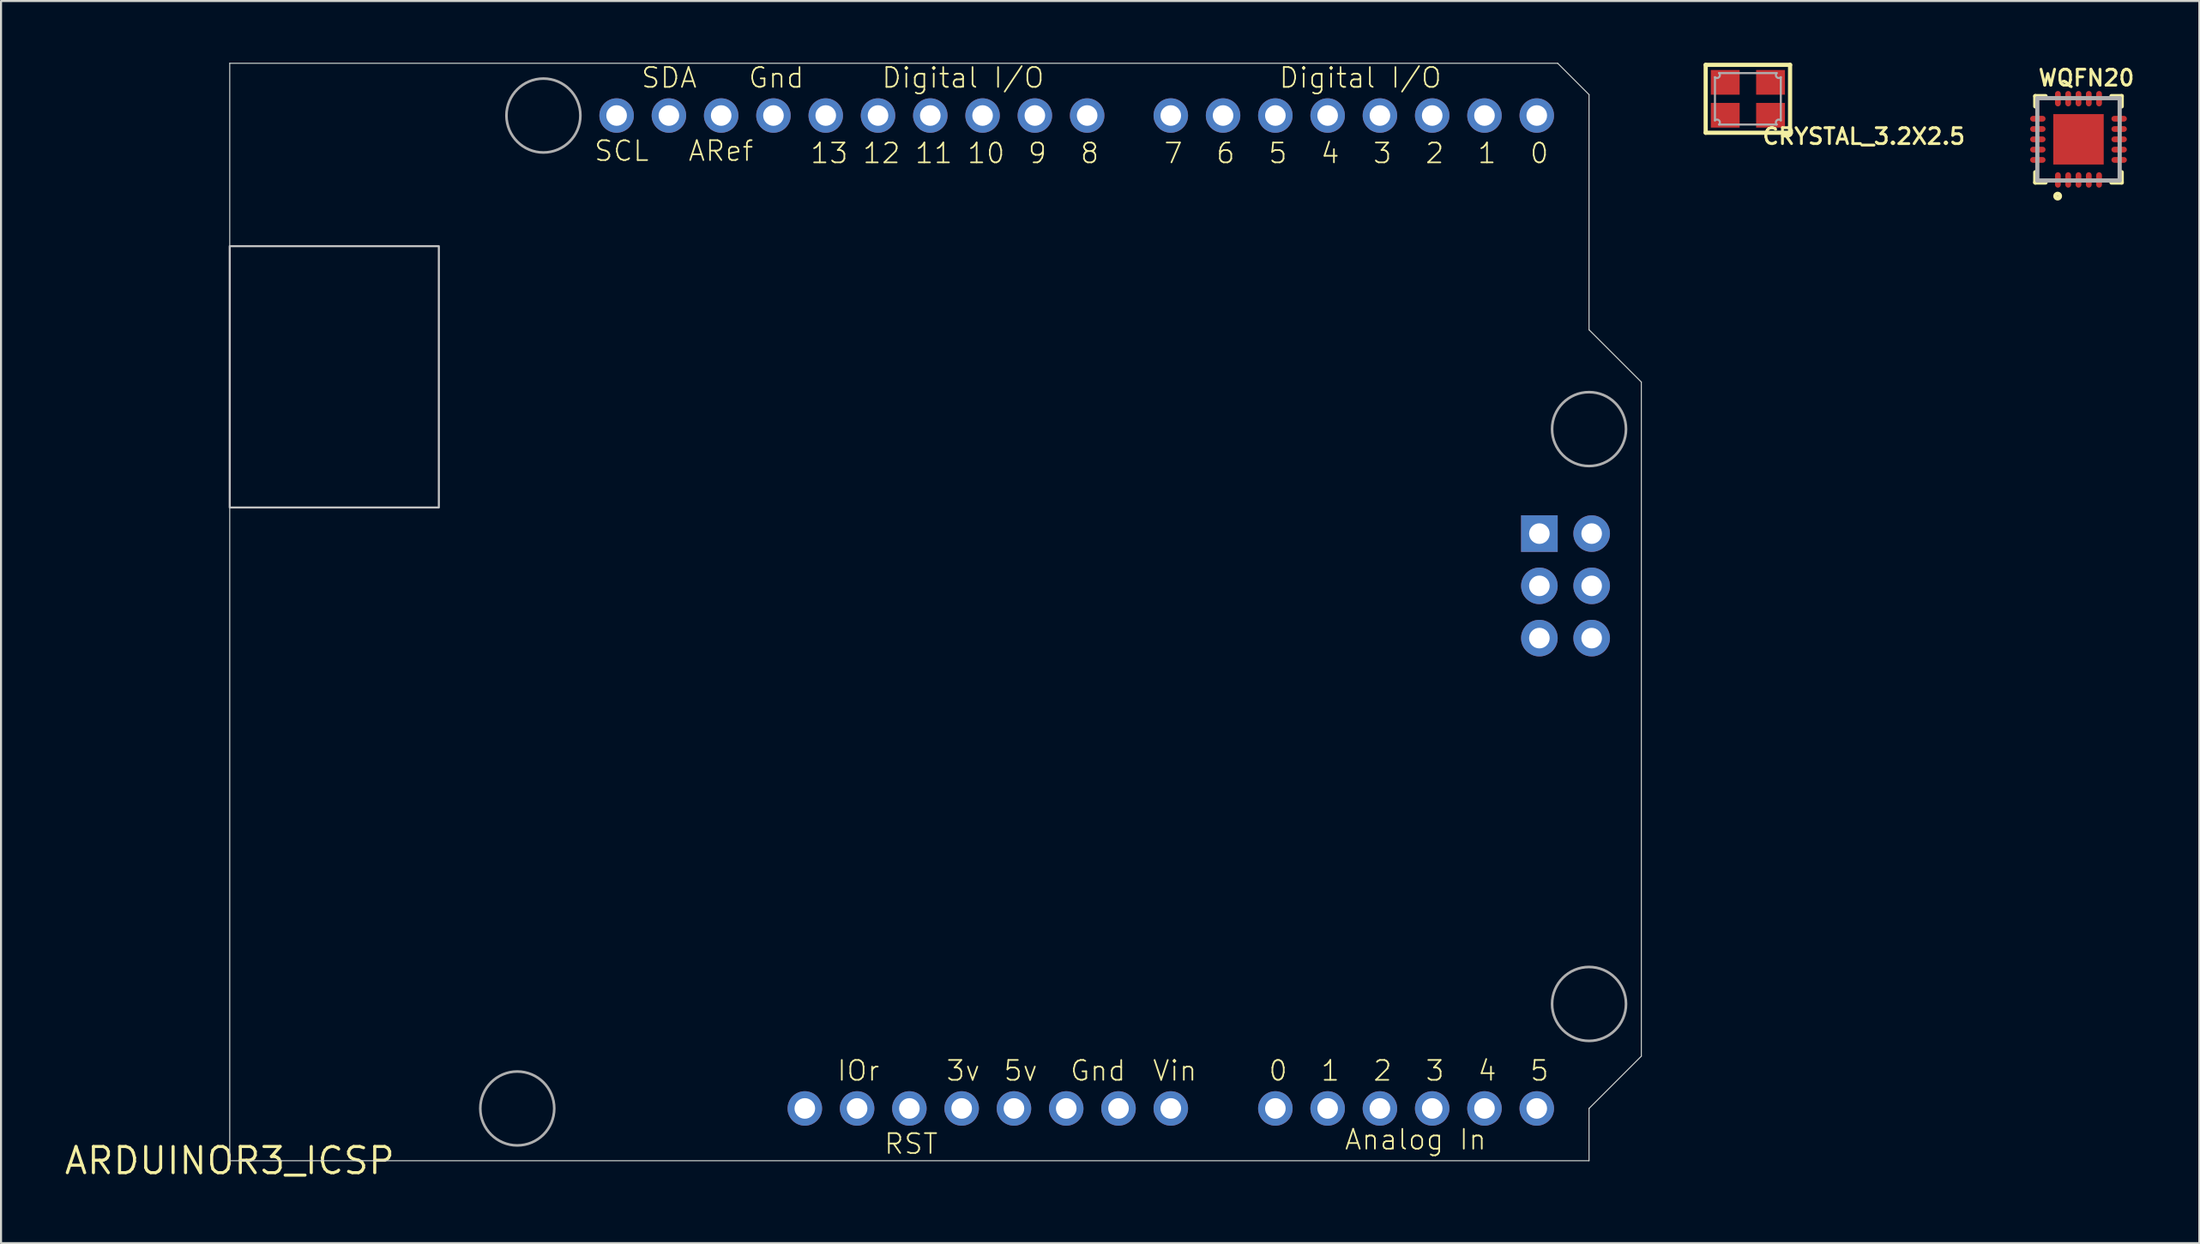
<source format=kicad_pcb>
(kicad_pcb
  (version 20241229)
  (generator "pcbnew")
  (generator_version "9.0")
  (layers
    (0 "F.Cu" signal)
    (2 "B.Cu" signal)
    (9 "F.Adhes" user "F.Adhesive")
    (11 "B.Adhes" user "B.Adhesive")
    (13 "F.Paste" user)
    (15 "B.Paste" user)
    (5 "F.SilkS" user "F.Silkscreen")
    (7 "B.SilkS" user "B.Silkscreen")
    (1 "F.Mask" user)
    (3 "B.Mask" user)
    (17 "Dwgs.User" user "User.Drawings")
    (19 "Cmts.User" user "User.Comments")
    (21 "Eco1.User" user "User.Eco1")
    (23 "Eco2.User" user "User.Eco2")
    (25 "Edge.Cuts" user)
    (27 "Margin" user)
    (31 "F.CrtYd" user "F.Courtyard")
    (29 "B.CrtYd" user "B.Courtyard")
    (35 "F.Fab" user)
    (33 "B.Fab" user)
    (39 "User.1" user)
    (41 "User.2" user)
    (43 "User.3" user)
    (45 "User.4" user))
  (footprint "ARDUINOR3_ICSP"
    (layer "F.Cu")
    (at 8.111 53.365)
    (property "Reference" "ARDUINOR3_ICSP" (at 0 0 0) (layer "F.SilkS") (effects (font (size 1.27 1.27) (thickness 0.15))))
    (attr through_hole)
    (fp_poly (pts (xy 0 -44.45) (xy 10.16 -44.45) (xy 10.16 -31.75) (xy 0 -31.75)) (stroke (width 0.1) (type solid)) (fill no) (layer "Dwgs.User"))
    (fp_line (start 0 -53.34) (end 0 0) (stroke (width 0.05) (type solid)) (layer "Edge.Cuts"))
    (fp_line (start 0 0) (end 66.04 0) (stroke (width 0.05) (type solid)) (layer "Edge.Cuts"))
    (fp_line (start 64.516 -53.34) (end 0 -53.34) (stroke (width 0.05) (type solid)) (layer "Edge.Cuts"))
    (fp_line (start 66.04 -51.816) (end 64.516 -53.34) (stroke (width 0.05) (type solid)) (layer "Edge.Cuts"))
    (fp_line (start 66.04 -40.386) (end 66.04 -51.816) (stroke (width 0.05) (type solid)) (layer "Edge.Cuts"))
    (fp_line (start 66.04 -2.54) (end 68.58 -5.08) (stroke (width 0.05) (type solid)) (layer "Edge.Cuts"))
    (fp_line (start 66.04 0) (end 66.04 -2.54) (stroke (width 0.05) (type solid)) (layer "Edge.Cuts"))
    (fp_line (start 68.58 -37.846) (end 66.04 -40.386) (stroke (width 0.05) (type solid)) (layer "Edge.Cuts"))
    (fp_line (start 68.58 -5.08) (end 68.58 -37.846) (stroke (width 0.05) (type solid)) (layer "Edge.Cuts"))
    (fp_circle (center 13.97 -2.54) (end 15.766 -2.54) (stroke (width 0.127) (type solid)) (fill no) (layer "F.Fab"))
    (fp_circle (center 15.24 -50.8) (end 17.036 -50.8) (stroke (width 0.127) (type solid)) (fill no) (layer "F.Fab"))
    (fp_circle (center 66.04 -35.56) (end 67.836 -35.56) (stroke (width 0.127) (type solid)) (fill no) (layer "F.Fab"))
    (fp_circle (center 66.04 -7.62) (end 67.836 -7.62) (stroke (width 0.127) (type solid)) (fill no) (layer "F.Fab"))
    (fp_text user "SCL" (at 17.653 -48.514 0) (layer "F.SilkS") (effects (font (size 0.965 0.965) (thickness 0.081)) (justify left bottom)))
    (fp_text user "10" (at 37.719 -49.53 0) (layer "F.SilkS") (effects (font (size 0.965 0.965) (thickness 0.081)) (justify right top)))
    (fp_text user "1" (at 61.595 -49.53 0) (layer "F.SilkS") (effects (font (size 0.965 0.965) (thickness 0.081)) (justify right top)))
    (fp_text user "RST" (at 31.74 -0.254 0) (layer "F.SilkS") (effects (font (size 0.965 0.965) (thickness 0.081)) (justify left bottom)))
    (fp_text user "5" (at 63.119 -3.81 0) (layer "F.SilkS") (effects (font (size 0.965 0.965) (thickness 0.081)) (justify left bottom)))
    (fp_text user "9" (at 39.751 -49.53 0) (layer "F.SilkS") (effects (font (size 0.965 0.965) (thickness 0.081)) (justify right top)))
    (fp_text user "ARef" (at 22.225 -48.514 0) (layer "F.SilkS") (effects (font (size 0.965 0.965) (thickness 0.081)) (justify left bottom)))
    (fp_text user "3" (at 58.039 -3.81 0) (layer "F.SilkS") (effects (font (size 0.965 0.965) (thickness 0.081)) (justify left bottom)))
    (fp_text user "Gnd" (at 40.777 -3.81 0) (layer "F.SilkS") (effects (font (size 0.965 0.965) (thickness 0.081)) (justify left bottom)))
    (fp_text user "6" (at 48.895 -49.53 0) (layer "F.SilkS") (effects (font (size 0.965 0.965) (thickness 0.081)) (justify right top)))
    (fp_text user "Analog In" (at 54.112 -0.462 0) (layer "F.SilkS") (effects (font (size 0.965 0.965) (thickness 0.081)) (justify left bottom)))
    (fp_text user "4" (at 60.579 -3.81 0) (layer "F.SilkS") (effects (font (size 0.965 0.965) (thickness 0.081)) (justify left bottom)))
    (fp_text user "2" (at 55.499 -3.81 0) (layer "F.SilkS") (effects (font (size 0.965 0.965) (thickness 0.081)) (justify left bottom)))
    (fp_text user "3v" (at 34.752 -3.81 0) (layer "F.SilkS") (effects (font (size 0.965 0.965) (thickness 0.081)) (justify left bottom)))
    (fp_text user "Vin" (at 44.785 -3.81 0) (layer "F.SilkS") (effects (font (size 0.965 0.965) (thickness 0.081)) (justify left bottom)))
    (fp_text user "4" (at 53.975 -49.53 0) (layer "F.SilkS") (effects (font (size 0.965 0.965) (thickness 0.081)) (justify right top)))
    (fp_text user "8" (at 42.291 -49.53 0) (layer "F.SilkS") (effects (font (size 0.965 0.965) (thickness 0.081)) (justify right top)))
    (fp_text user "1" (at 52.959 -3.81 0) (layer "F.SilkS") (effects (font (size 0.965 0.965) (thickness 0.081)) (justify left bottom)))
    (fp_text user "5v" (at 37.546 -3.81 0) (layer "F.SilkS") (effects (font (size 0.965 0.965) (thickness 0.081)) (justify left bottom)))
    (fp_text user "3" (at 56.515 -49.53 0) (layer "F.SilkS") (effects (font (size 0.965 0.965) (thickness 0.081)) (justify right top)))
    (fp_text user "0" (at 50.419 -3.81 0) (layer "F.SilkS") (effects (font (size 0.965 0.965) (thickness 0.081)) (justify left bottom)))
    (fp_text user "5" (at 51.435 -49.53 0) (layer "F.SilkS") (effects (font (size 0.965 0.965) (thickness 0.081)) (justify right top)))
    (fp_text user "Gnd" (at 25.146 -52.07 0) (layer "F.SilkS") (effects (font (size 0.965 0.965) (thickness 0.081)) (justify left bottom)))
    (fp_text user "12" (at 32.639 -49.53 0) (layer "F.SilkS") (effects (font (size 0.965 0.965) (thickness 0.081)) (justify right top)))
    (fp_text user "0" (at 64.135 -49.53 0) (layer "F.SilkS") (effects (font (size 0.965 0.965) (thickness 0.081)) (justify right top)))
    (fp_text user "Digital I/O" (at 50.927 -52.07 0) (layer "F.SilkS") (effects (font (size 0.965 0.965) (thickness 0.081)) (justify left bottom)))
    (fp_text user "SDA" (at 19.939 -52.07 0) (layer "F.SilkS") (effects (font (size 0.965 0.965) (thickness 0.081)) (justify left bottom)))
    (fp_text user "13" (at 30.099 -49.53 0) (layer "F.SilkS") (effects (font (size 0.965 0.965) (thickness 0.081)) (justify right top)))
    (fp_text user "7" (at 46.355 -49.53 0) (layer "F.SilkS") (effects (font (size 0.965 0.965) (thickness 0.081)) (justify right top)))
    (fp_text user "Digital I/O" (at 31.623 -52.07 0) (layer "F.SilkS") (effects (font (size 0.965 0.965) (thickness 0.081)) (justify left bottom)))
    (fp_text user "2" (at 59.055 -49.53 0) (layer "F.SilkS") (effects (font (size 0.965 0.965) (thickness 0.081)) (justify right top)))
    (fp_text user "11" (at 35.179 -49.53 0) (layer "F.SilkS") (effects (font (size 0.965 0.965) (thickness 0.081)) (justify right top)))
    (fp_text user "IOr" (at 29.454 -3.81 0) (layer "F.SilkS") (effects (font (size 0.965 0.965) (thickness 0.081)) (justify left bottom)))
    (pad "3V" thru_hole circle (at 35.56 -2.54) (size 1.676 1.676) (drill 1) (layers "*.Cu" "*.Mask"))
    (pad "5V" thru_hole circle (at 38.1 -2.54) (size 1.676 1.676) (drill 1) (layers "*.Cu" "*.Mask"))
    (pad "5V_ICSP" thru_hole circle (at 66.167 -30.48) (size 1.778 1.778) (drill 1) (layers "*.Cu" "*.Mask"))
    (pad "A0" thru_hole circle (at 50.8 -2.54) (size 1.676 1.676) (drill 1) (layers "*.Cu" "*.Mask"))
    (pad "A1" thru_hole circle (at 53.34 -2.54) (size 1.676 1.676) (drill 1) (layers "*.Cu" "*.Mask"))
    (pad "A2" thru_hole circle (at 55.88 -2.54) (size 1.676 1.676) (drill 1) (layers "*.Cu" "*.Mask"))
    (pad "A3" thru_hole circle (at 58.42 -2.54) (size 1.676 1.676) (drill 1) (layers "*.Cu" "*.Mask"))
    (pad "A4" thru_hole circle (at 60.96 -2.54) (size 1.676 1.676) (drill 1) (layers "*.Cu" "*.Mask"))
    (pad "A5" thru_hole circle (at 63.5 -2.54) (size 1.676 1.676) (drill 1) (layers "*.Cu" "*.Mask"))
    (pad "AREF" thru_hole circle (at 23.876 -50.8) (size 1.676 1.676) (drill 1) (layers "*.Cu" "*.Mask"))
    (pad "D0" thru_hole circle (at 63.5 -50.8) (size 1.676 1.676) (drill 1) (layers "*.Cu" "*.Mask"))
    (pad "D1" thru_hole circle (at 60.96 -50.8) (size 1.676 1.676) (drill 1) (layers "*.Cu" "*.Mask"))
    (pad "D2" thru_hole circle (at 58.42 -50.8) (size 1.676 1.676) (drill 1) (layers "*.Cu" "*.Mask"))
    (pad "D3" thru_hole circle (at 55.88 -50.8) (size 1.676 1.676) (drill 1) (layers "*.Cu" "*.Mask"))
    (pad "D4" thru_hole circle (at 53.34 -50.8) (size 1.676 1.676) (drill 1) (layers "*.Cu" "*.Mask"))
    (pad "D5" thru_hole circle (at 50.8 -50.8) (size 1.676 1.676) (drill 1) (layers "*.Cu" "*.Mask"))
    (pad "D6" thru_hole circle (at 48.26 -50.8) (size 1.676 1.676) (drill 1) (layers "*.Cu" "*.Mask"))
    (pad "D7" thru_hole circle (at 45.72 -50.8) (size 1.676 1.676) (drill 1) (layers "*.Cu" "*.Mask"))
    (pad "D8" thru_hole circle (at 41.656 -50.8) (size 1.676 1.676) (drill 1) (layers "*.Cu" "*.Mask"))
    (pad "D9" thru_hole circle (at 39.116 -50.8) (size 1.676 1.676) (drill 1) (layers "*.Cu" "*.Mask"))
    (pad "D10" thru_hole circle (at 36.576 -50.8) (size 1.676 1.676) (drill 1) (layers "*.Cu" "*.Mask"))
    (pad "D11" thru_hole circle (at 34.036 -50.8) (size 1.676 1.676) (drill 1) (layers "*.Cu" "*.Mask"))
    (pad "D12" thru_hole circle (at 31.496 -50.8) (size 1.676 1.676) (drill 1) (layers "*.Cu" "*.Mask"))
    (pad "D13" thru_hole circle (at 28.956 -50.8) (size 1.676 1.676) (drill 1) (layers "*.Cu" "*.Mask"))
    (pad "GND" thru_hole circle (at 26.416 -50.8) (size 1.676 1.676) (drill 1) (layers "*.Cu" "*.Mask"))
    (pad "GND@1" thru_hole circle (at 43.18 -2.54) (size 1.676 1.676) (drill 1) (layers "*.Cu" "*.Mask"))
    (pad "GND@2" thru_hole circle (at 40.64 -2.54) (size 1.676 1.676) (drill 1) (layers "*.Cu" "*.Mask"))
    (pad "GND@3" thru_hole circle (at 66.167 -25.4) (size 1.778 1.778) (drill 1) (layers "*.Cu" "*.Mask"))
    (pad "IOREF" thru_hole circle (at 30.48 -2.54) (size 1.676 1.676) (drill 1) (layers "*.Cu" "*.Mask"))
    (pad "MISO" thru_hole rect (at 63.627 -30.48) (size 1.778 1.778) (drill 1) (layers "*.Cu" "*.Mask"))
    (pad "MOSI" thru_hole circle (at 66.167 -27.94) (size 1.778 1.778) (drill 1) (layers "*.Cu" "*.Mask"))
    (pad "RESERVED" thru_hole circle (at 27.94 -2.54) (size 1.676 1.676) (drill 1) (layers "*.Cu" "*.Mask"))
    (pad "RESET" thru_hole circle (at 33.02 -2.54) (size 1.676 1.676) (drill 1) (layers "*.Cu" "*.Mask"))
    (pad "RESET_ICSP" thru_hole circle (at 63.627 -25.4) (size 1.778 1.778) (drill 1) (layers "*.Cu" "*.Mask"))
    (pad "SCK" thru_hole circle (at 63.627 -27.94) (size 1.778 1.778) (drill 1) (layers "*.Cu" "*.Mask"))
    (pad "SCL" thru_hole circle (at 18.796 -50.8) (size 1.676 1.676) (drill 1) (layers "*.Cu" "*.Mask"))
    (pad "SDA" thru_hole circle (at 21.336 -50.8) (size 1.676 1.676) (drill 1) (layers "*.Cu" "*.Mask"))
    (pad "VIN" thru_hole circle (at 45.72 -2.54) (size 1.676 1.676) (drill 1) (layers "*.Cu" "*.Mask")))
  (footprint "CRYSTAL_3.2X2.5"
    (layer "F.Cu")
    (at 81.868 1.752)
    (property "Reference" "CRYSTAL_3.2X2.5" (at 0.632 2.278 0) (layer "F.SilkS") (effects (font (size 0.772 0.772) (thickness 0.139)) (justify left bottom)))
    (attr through_hole)
    (fp_line (start -2.05 -1.65) (end -2.05 1.65) (stroke (width 0.203) (type solid)) (layer "F.SilkS"))
    (fp_line (start -2.05 -1.65) (end 2.05 -1.65) (stroke (width 0.203) (type solid)) (layer "F.SilkS"))
    (fp_line (start -2.05 1.65) (end 2.05 1.65) (stroke (width 0.203) (type solid)) (layer "F.SilkS"))
    (fp_line (start 2.05 -1.65) (end 2.05 1.65) (stroke (width 0.203) (type solid)) (layer "F.SilkS"))
    (fp_line (start -1.6 -1.05) (end -1.6 1.05) (stroke (width 0.1) (type solid)) (layer "F.Fab"))
    (fp_line (start -1.4 -1.25) (end 1.4 -1.25) (stroke (width 0.1) (type solid)) (layer "F.Fab"))
    (fp_line (start -1.4 1.25) (end 1.4 1.25) (stroke (width 0.1) (type solid)) (layer "F.Fab"))
    (fp_line (start 1.6 -1.05) (end 1.6 1.05) (stroke (width 0.1) (type solid)) (layer "F.Fab"))
    (fp_arc (start -1.6 1.05) (mid -1.4 1.05) (end -1.4 1.25) (stroke (width 0.1) (type solid)) (layer "F.Fab"))
    (fp_arc (start -1.4 -1.25) (mid -1.4 -1.05) (end -1.6 -1.05) (stroke (width 0.1) (type solid)) (layer "F.Fab"))
    (fp_arc (start 1.4 1.25) (mid 1.4 1.05) (end 1.6 1.05) (stroke (width 0.1) (type solid)) (layer "F.Fab"))
    (fp_arc (start 1.6 -1.05) (mid 1.4 -1.05) (end 1.4 -1.25) (stroke (width 0.1) (type solid)) (layer "F.Fab"))
    (pad "1" smd rect (at -1.1 0.8) (size 1.4 1.2) (layers "F.Cu" "F.Mask" "F.Paste"))
    (pad "2" smd rect (at 1.1 -0.8) (size 1.4 1.2) (layers "F.Cu" "F.Mask" "F.Paste"))
    (pad "GND1" smd rect (at -1.1 -0.8) (size 1.4 1.2) (layers "F.Cu" "F.Mask" "F.Paste"))
    (pad "GND2" smd rect (at 1.1 0.8) (size 1.4 1.2) (layers "F.Cu" "F.Mask" "F.Paste")))
  (footprint "WQFN20"
    (layer "F.Cu")
    (at 97.93 3.721)
    (property "Reference" "WQFN20" (at -2.024 -2.532 180) (layer "F.SilkS") (effects (font (size 0.772 0.772) (thickness 0.139)) (justify left bottom)))
    (attr through_hole)
    (fp_line (start -2.1 -2.1) (end -2.1 -1.6) (stroke (width 0.203) (type solid)) (layer "F.SilkS"))
    (fp_line (start -2.1 1.6) (end -2.1 2.1) (stroke (width 0.203) (type solid)) (layer "F.SilkS"))
    (fp_line (start -2.1 2.1) (end -1.6 2.1) (stroke (width 0.203) (type solid)) (layer "F.SilkS"))
    (fp_line (start -1.6 -2.1) (end -2.1 -2.1) (stroke (width 0.203) (type solid)) (layer "F.SilkS"))
    (fp_line (start 1.6 -2.1) (end 2.1 -2.1) (stroke (width 0.203) (type solid)) (layer "F.SilkS"))
    (fp_line (start 1.6 2.1) (end 2.1 2.1) (stroke (width 0.203) (type solid)) (layer "F.SilkS"))
    (fp_line (start 2.1 -2.1) (end 2.1 -1.6) (stroke (width 0.203) (type solid)) (layer "F.SilkS"))
    (fp_line (start 2.1 2.1) (end 2.1 1.6) (stroke (width 0.203) (type solid)) (layer "F.SilkS"))
    (fp_circle (center -1.012 2.761) (end -0.898 2.761) (stroke (width 0.203) (type solid)) (fill no) (layer "F.SilkS"))
    (fp_poly (pts (xy -1.15 -0.2) (xy -0.2 -0.2) (xy -0.2 -1.15) (xy -1.15 -1.15)) (stroke (width 0) (type solid)) (fill yes) (layer "F.Paste"))
    (fp_poly (pts (xy -1.15 1.15) (xy -0.2 1.15) (xy -0.2 0.2) (xy -1.15 0.2)) (stroke (width 0) (type solid)) (fill yes) (layer "F.Paste"))
    (fp_poly (pts (xy 0.2 -0.2) (xy 1.15 -0.2) (xy 1.15 -1.15) (xy 0.2 -1.15)) (stroke (width 0) (type solid)) (fill yes) (layer "F.Paste"))
    (fp_poly (pts (xy 0.2 1.15) (xy 1.15 1.15) (xy 1.15 0.2) (xy 0.2 0.2)) (stroke (width 0) (type solid)) (fill yes) (layer "F.Paste"))
    (fp_line (start -2 -2) (end 2 -2) (stroke (width 0.203) (type solid)) (layer "F.Fab"))
    (fp_line (start -2 2) (end -2 -2) (stroke (width 0.203) (type solid)) (layer "F.Fab"))
    (fp_line (start 2 -2) (end 2 2) (stroke (width 0.203) (type solid)) (layer "F.Fab"))
    (fp_line (start 2 2) (end -2 2) (stroke (width 0.203) (type solid)) (layer "F.Fab"))
    (pad "1" smd roundrect (at -1 1.975) (size 0.28 0.75) (layers "F.Cu" "F.Mask" "F.Paste") (roundrect_rratio 0.5))
    (pad "2" smd roundrect (at -0.5 1.975) (size 0.28 0.75) (layers "F.Cu" "F.Mask" "F.Paste") (roundrect_rratio 0.5))
    (pad "3" smd roundrect (at 0 1.975) (size 0.28 0.75) (layers "F.Cu" "F.Mask" "F.Paste") (roundrect_rratio 0.5))
    (pad "4" smd roundrect (at 0.5 1.975) (size 0.28 0.75) (layers "F.Cu" "F.Mask" "F.Paste") (roundrect_rratio 0.5))
    (pad "5" smd roundrect (at 1 1.975) (size 0.28 0.75) (layers "F.Cu" "F.Mask" "F.Paste") (roundrect_rratio 0.5))
    (pad "6" smd roundrect (at 1.975 1 90) (size 0.28 0.75) (layers "F.Cu" "F.Mask" "F.Paste") (roundrect_rratio 0.5))
    (pad "7" smd roundrect (at 1.975 0.5 90) (size 0.28 0.75) (layers "F.Cu" "F.Mask" "F.Paste") (roundrect_rratio 0.5))
    (pad "8" smd roundrect (at 1.975 0 90) (size 0.28 0.75) (layers "F.Cu" "F.Mask" "F.Paste") (roundrect_rratio 0.5))
    (pad "9" smd roundrect (at 1.975 -0.5 90) (size 0.28 0.75) (layers "F.Cu" "F.Mask" "F.Paste") (roundrect_rratio 0.5))
    (pad "10" smd roundrect (at 1.975 -1 90) (size 0.28 0.75) (layers "F.Cu" "F.Mask" "F.Paste") (roundrect_rratio 0.5))
    (pad "11" smd roundrect (at 1 -1.975 180) (size 0.28 0.75) (layers "F.Cu" "F.Mask" "F.Paste") (roundrect_rratio 0.5))
    (pad "12" smd roundrect (at 0.5 -1.975 180) (size 0.28 0.75) (layers "F.Cu" "F.Mask" "F.Paste") (roundrect_rratio 0.5))
    (pad "13" smd roundrect (at 0 -1.975 180) (size 0.28 0.75) (layers "F.Cu" "F.Mask" "F.Paste") (roundrect_rratio 0.5))
    (pad "14" smd roundrect (at -0.5 -1.975 180) (size 0.28 0.75) (layers "F.Cu" "F.Mask" "F.Paste") (roundrect_rratio 0.5))
    (pad "15" smd roundrect (at -1 -1.975 180) (size 0.28 0.75) (layers "F.Cu" "F.Mask" "F.Paste") (roundrect_rratio 0.5))
    (pad "16" smd roundrect (at -1.975 -1 270) (size 0.28 0.75) (layers "F.Cu" "F.Mask" "F.Paste") (roundrect_rratio 0.5))
    (pad "17" smd roundrect (at -1.975 -0.5 270) (size 0.28 0.75) (layers "F.Cu" "F.Mask" "F.Paste") (roundrect_rratio 0.5))
    (pad "18" smd roundrect (at -1.975 0 270) (size 0.28 0.75) (layers "F.Cu" "F.Mask" "F.Paste") (roundrect_rratio 0.5))
    (pad "19" smd roundrect (at -1.975 0.5 270) (size 0.28 0.75) (layers "F.Cu" "F.Mask" "F.Paste") (roundrect_rratio 0.5))
    (pad "20" smd roundrect (at -1.975 1 270) (size 0.28 0.75) (layers "F.Cu" "F.Mask" "F.Paste") (roundrect_rratio 0.5))
    (pad "21" smd rect (at 0 0) (size 2.45 2.45) (layers "F.Cu" "F.Mask")))
  (gr_rect
    (start -3 -3)
    (end 103.801 57.371)
    (stroke (width 0.1) (type default))
    (fill no)
    (layer "Edge.Cuts")))
</source>
